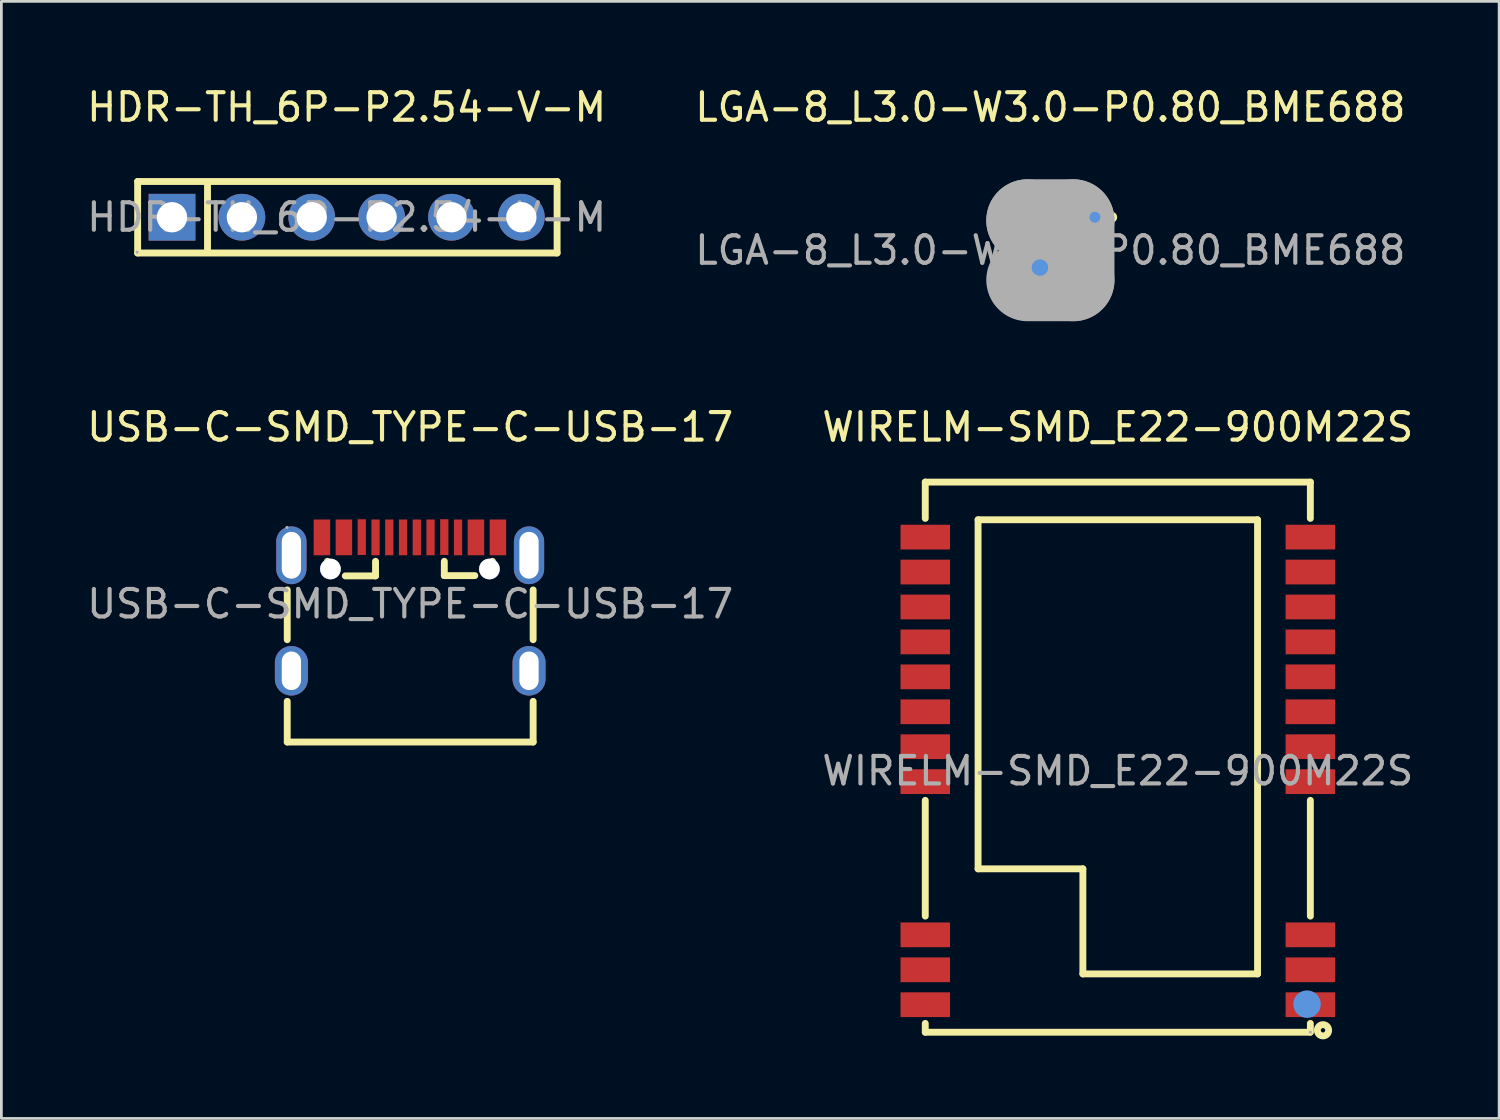
<source format=kicad_pcb>
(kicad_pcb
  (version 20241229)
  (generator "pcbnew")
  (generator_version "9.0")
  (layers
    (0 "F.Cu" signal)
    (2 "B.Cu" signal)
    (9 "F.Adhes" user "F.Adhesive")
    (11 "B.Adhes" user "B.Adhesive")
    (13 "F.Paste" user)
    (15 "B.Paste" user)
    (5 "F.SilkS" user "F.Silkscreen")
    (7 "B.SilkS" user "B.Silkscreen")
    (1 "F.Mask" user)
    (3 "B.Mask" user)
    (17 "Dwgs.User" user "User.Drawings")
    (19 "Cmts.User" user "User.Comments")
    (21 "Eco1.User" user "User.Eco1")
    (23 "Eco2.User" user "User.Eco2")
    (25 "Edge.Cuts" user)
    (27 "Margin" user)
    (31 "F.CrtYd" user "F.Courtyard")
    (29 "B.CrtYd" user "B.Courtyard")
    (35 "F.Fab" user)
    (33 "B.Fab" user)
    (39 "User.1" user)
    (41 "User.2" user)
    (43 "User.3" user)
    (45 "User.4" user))
  (footprint "WIRELM-SMD_E22-900M22S"
    (layer "F.Cu")
    (at 37.589 24.977)
    (property "Reference" "WIRELM-SMD_E22-900M22S" (at 0 -12.5 0) (layer "F.SilkS") (effects (font (size 1 1) (thickness 0.15))))
    (attr smd)
    (fp_line (start -7 -10.5) (end -7 -9.18) (stroke (width 0.25) (type solid)) (layer "F.SilkS"))
    (fp_line (start -7 -10.5) (end 7 -10.5) (stroke (width 0.25) (type solid)) (layer "F.SilkS"))
    (fp_line (start -7 1.07) (end -7 5.28) (stroke (width 0.25) (type solid)) (layer "F.SilkS"))
    (fp_line (start -7 9.18) (end -7 9.5) (stroke (width 0.25) (type solid)) (layer "F.SilkS"))
    (fp_line (start -7 9.5) (end 6.99 9.5) (stroke (width 0.25) (type solid)) (layer "F.SilkS"))
    (fp_line (start -5.08 -9.13) (end 5.08 -9.13) (stroke (width 0.25) (type solid)) (layer "F.SilkS"))
    (fp_line (start -5.08 3.56) (end -5.08 -9.13) (stroke (width 0.25) (type solid)) (layer "F.SilkS"))
    (fp_line (start -1.27 3.56) (end -5.08 3.56) (stroke (width 0.25) (type solid)) (layer "F.SilkS"))
    (fp_line (start -1.27 7.38) (end -1.27 3.56) (stroke (width 0.25) (type solid)) (layer "F.SilkS"))
    (fp_line (start 5.08 -9.13) (end 5.08 7.38) (stroke (width 0.25) (type solid)) (layer "F.SilkS"))
    (fp_line (start 5.08 7.38) (end -1.27 7.38) (stroke (width 0.25) (type solid)) (layer "F.SilkS"))
    (fp_line (start 7 -10.5) (end 7 -9.18) (stroke (width 0.25) (type solid)) (layer "F.SilkS"))
    (fp_line (start 7 1.07) (end 7 5.28) (stroke (width 0.25) (type solid)) (layer "F.SilkS"))
    (fp_line (start 7 9.18) (end 7 9.5) (stroke (width 0.25) (type solid)) (layer "F.SilkS"))
    (fp_circle (center 7.46 9.43) (end 7.54 9.43) (stroke (width 0.25) (type solid)) (fill no) (layer "F.SilkS"))
    (fp_circle (center 6.88 8.48) (end 7.13 8.48) (stroke (width 0.5) (type solid)) (fill no) (layer "Cmts.User"))
    (fp_circle (center 7 9.5) (end 7.03 9.5) (stroke (width 0.06) (type solid)) (fill no) (layer "F.Fab"))
    (fp_text user "${REFERENCE}" (at 0 0 0) (layer "F.Fab") (effects (font (size 1 1) (thickness 0.15))))
    (pad "1" smd rect (at 7 8.5) (size 1.8 0.9) (layers "F.Cu" "F.Mask" "F.Paste"))
    (pad "2" smd rect (at 7 7.23) (size 1.8 0.9) (layers "F.Cu" "F.Mask" "F.Paste"))
    (pad "3" smd rect (at 7 5.96) (size 1.8 0.9) (layers "F.Cu" "F.Mask" "F.Paste"))
    (pad "4" smd rect (at 7 0.39) (size 1.8 0.9) (layers "F.Cu" "F.Mask" "F.Paste"))
    (pad "5" smd rect (at 7 -0.88) (size 1.8 0.9) (layers "F.Cu" "F.Mask" "F.Paste"))
    (pad "6" smd rect (at 7 -2.15) (size 1.8 0.9) (layers "F.Cu" "F.Mask" "F.Paste"))
    (pad "7" smd rect (at 7 -3.42) (size 1.8 0.9) (layers "F.Cu" "F.Mask" "F.Paste"))
    (pad "8" smd rect (at 7 -4.69) (size 1.8 0.9) (layers "F.Cu" "F.Mask" "F.Paste"))
    (pad "9" smd rect (at 7 -5.96) (size 1.8 0.9) (layers "F.Cu" "F.Mask" "F.Paste"))
    (pad "10" smd rect (at 7 -7.23) (size 1.8 0.9) (layers "F.Cu" "F.Mask" "F.Paste"))
    (pad "11" smd rect (at 7 -8.5) (size 1.8 0.9) (layers "F.Cu" "F.Mask" "F.Paste"))
    (pad "12" smd rect (at -7 -8.5) (size 1.8 0.9) (layers "F.Cu" "F.Mask" "F.Paste"))
    (pad "13" smd rect (at -7 -7.23) (size 1.8 0.9) (layers "F.Cu" "F.Mask" "F.Paste"))
    (pad "14" smd rect (at -7 -5.96) (size 1.8 0.9) (layers "F.Cu" "F.Mask" "F.Paste"))
    (pad "15" smd rect (at -7 -4.69) (size 1.8 0.9) (layers "F.Cu" "F.Mask" "F.Paste"))
    (pad "16" smd rect (at -7 -3.42) (size 1.8 0.9) (layers "F.Cu" "F.Mask" "F.Paste"))
    (pad "17" smd rect (at -7 -2.15) (size 1.8 0.9) (layers "F.Cu" "F.Mask" "F.Paste"))
    (pad "18" smd rect (at -7 -0.88) (size 1.8 0.9) (layers "F.Cu" "F.Mask" "F.Paste"))
    (pad "19" smd rect (at -7 0.39) (size 1.8 0.9) (layers "F.Cu" "F.Mask" "F.Paste"))
    (pad "20" smd rect (at -7 5.96) (size 1.8 0.9) (layers "F.Cu" "F.Mask" "F.Paste"))
    (pad "21" smd rect (at -7 7.23) (size 1.8 0.9) (layers "F.Cu" "F.Mask" "F.Paste"))
    (pad "22" smd rect (at -7 8.5) (size 1.8 0.9) (layers "F.Cu" "F.Mask" "F.Paste")))
  (footprint "HDR-TH_6P-P2.54-V-M"
    (layer "F.Cu")
    (at 9.554 4.848)
    (property "Reference" "HDR-TH_6P-P2.54-V-M" (at 0 -4 0) (layer "F.SilkS") (effects (font (size 1 1) (thickness 0.15))))
    (attr through_hole)
    (fp_line (start -7.6 -1.3) (end 7.65 -1.3) (stroke (width 0.25) (type solid)) (layer "F.SilkS"))
    (fp_line (start -7.6 1.3) (end -7.6 -1.3) (stroke (width 0.25) (type solid)) (layer "F.SilkS"))
    (fp_line (start -5.06 -1.27) (end -5.06 1.27) (stroke (width 0.25) (type solid)) (layer "F.SilkS"))
    (fp_line (start 7.65 -1.3) (end 7.65 1.3) (stroke (width 0.25) (type solid)) (layer "F.SilkS"))
    (fp_line (start 7.65 1.3) (end -7.6 1.3) (stroke (width 0.25) (type solid)) (layer "F.SilkS"))
    (fp_circle (center -7.62 1.27) (end -7.59 1.27) (stroke (width 0.06) (type solid)) (fill no) (layer "F.Fab"))
    (fp_text user "${REFERENCE}" (at 0 0 0) (layer "F.Fab") (effects (font (size 1 1) (thickness 0.15))))
    (pad "1" thru_hole rect (at -6.35 0) (size 1.7 1.7) (drill 1.1) (layers "*.Cu" "*.Mask"))
    (pad "2" thru_hole circle (at -3.81 0) (size 1.7 1.7) (drill 1.1) (layers "*.Cu" "*.Mask"))
    (pad "3" thru_hole circle (at -1.27 0) (size 1.7 1.7) (drill 1.1) (layers "*.Cu" "*.Mask"))
    (pad "4" thru_hole circle (at 1.27 0) (size 1.7 1.7) (drill 1.1) (layers "*.Cu" "*.Mask"))
    (pad "5" thru_hole circle (at 3.81 0) (size 1.7 1.7) (drill 1.1) (layers "*.Cu" "*.Mask"))
    (pad "6" thru_hole circle (at 6.35 0) (size 1.7 1.7) (drill 1.1) (layers "*.Cu" "*.Mask")))
  (footprint "USB-C-SMD_TYPE-C-USB-17"
    (layer "F.Cu")
    (at 11.863 18.907)
    (property "Reference" "USB-C-SMD_TYPE-C-USB-17" (at 0 -6.43 0) (layer "F.SilkS") (effects (font (size 1 1) (thickness 0.15))))
    (attr smd)
    (fp_line (start -4.47 1.3) (end -4.47 -0.51) (stroke (width 0.25) (type solid)) (layer "F.SilkS"))
    (fp_line (start -4.47 5.02) (end -4.47 3.54) (stroke (width 0.25) (type solid)) (layer "F.SilkS"))
    (fp_line (start -3.01 -1.39) (end -3.01 -1.55) (stroke (width 0.25) (type solid)) (layer "F.SilkS"))
    (fp_line (start -2.36 -1.02) (end -1.26 -1.02) (stroke (width 0.25) (type solid)) (layer "F.SilkS"))
    (fp_line (start -1.26 -1.02) (end -1.26 -1.55) (stroke (width 0.25) (type solid)) (layer "F.SilkS"))
    (fp_line (start 1.24 -1.03) (end 1.24 -1.55) (stroke (width 0.25) (type solid)) (layer "F.SilkS"))
    (fp_line (start 1.24 -1.03) (end 2.35 -1.03) (stroke (width 0.25) (type solid)) (layer "F.SilkS"))
    (fp_line (start 2.99 -1.39) (end 2.99 -1.55) (stroke (width 0.25) (type solid)) (layer "F.SilkS"))
    (fp_line (start 4.47 1.3) (end 4.47 -0.51) (stroke (width 0.25) (type solid)) (layer "F.SilkS"))
    (fp_line (start 4.47 5.02) (end -4.47 5.02) (stroke (width 0.25) (type solid)) (layer "F.SilkS"))
    (fp_line (start 4.47 5.02) (end 4.47 3.54) (stroke (width 0.25) (type solid)) (layer "F.SilkS"))
    (fp_circle (center -2.9 -1.27) (end -2.78 -1.27) (stroke (width 0.25) (type solid)) (fill no) (layer "Cmts.User"))
    (fp_circle (center 2.88 -1.27) (end 3 -1.27) (stroke (width 0.25) (type solid)) (fill no) (layer "Cmts.User"))
    (fp_circle (center -4.48 -2.78) (end -4.45 -2.78) (stroke (width 0.06) (type solid)) (fill no) (layer "F.Fab"))
    (fp_text user "${REFERENCE}" (at 0 0 0) (layer "F.Fab") (effects (font (size 1 1) (thickness 0.15))))
    (pad "" thru_hole circle (at -2.9 -1.27) (size 0.75 0.75) (drill 0.75) (layers "*.Cu" "*.Mask"))
    (pad "" thru_hole circle (at 2.88 -1.27) (size 0.75 0.75) (drill 0.75) (layers "*.Cu" "*.Mask"))
    (pad "0" thru_hole oval (at -4.32 -1.77) (size 1.1 2.1) (drill oval 0.7 1.7) (layers "*.Cu" "*.Mask"))
    (pad "0" thru_hole oval (at -4.32 2.43) (size 1.2 1.8) (drill oval 0.7 1.4) (layers "*.Cu" "*.Mask"))
    (pad "0" thru_hole oval (at 4.32 -1.77) (size 1.1 2.1) (drill oval 0.7 1.7) (layers "*.Cu" "*.Mask"))
    (pad "0" thru_hole oval (at 4.32 2.43) (size 1.2 1.8) (drill oval 0.7 1.4) (layers "*.Cu" "*.Mask"))
    (pad "A1" smd rect (at -3.21 -2.42) (size 0.6 1.3) (layers "F.Cu" "F.Mask" "F.Paste"))
    (pad "A4" smd rect (at -2.41 -2.42) (size 0.6 1.3) (layers "F.Cu" "F.Mask" "F.Paste"))
    (pad "A5" smd rect (at -1.26 -2.42) (size 0.3 1.3) (layers "F.Cu" "F.Mask" "F.Paste"))
    (pad "A6" smd rect (at -0.26 -2.42) (size 0.3 1.3) (layers "F.Cu" "F.Mask" "F.Paste"))
    (pad "A7" smd rect (at 0.24 -2.42) (size 0.3 1.3) (layers "F.Cu" "F.Mask" "F.Paste"))
    (pad "A8" smd rect (at 1.24 -2.43) (size 0.3 1.3) (layers "F.Cu" "F.Mask" "F.Paste"))
    (pad "A9" smd rect (at 2.39 -2.42) (size 0.6 1.3) (layers "F.Cu" "F.Mask" "F.Paste"))
    (pad "A12" smd rect (at 3.19 -2.42) (size 0.6 1.3) (layers "F.Cu" "F.Mask" "F.Paste"))
    (pad "B5" smd rect (at 1.74 -2.42) (size 0.3 1.3) (layers "F.Cu" "F.Mask" "F.Paste"))
    (pad "B6" smd rect (at 0.74 -2.42) (size 0.3 1.3) (layers "F.Cu" "F.Mask" "F.Paste"))
    (pad "B7" smd rect (at -0.76 -2.42) (size 0.3 1.3) (layers "F.Cu" "F.Mask" "F.Paste"))
    (pad "B8" smd rect (at -1.76 -2.43) (size 0.3 1.3) (layers "F.Cu" "F.Mask" "F.Paste")))
  (footprint "LGA-8_L3.0-W3.0-P0.80_BME688"
    (layer "F.Cu")
    (at 35.137 6.048)
    (property "Reference" "LGA-8_L3.0-W3.0-P0.80_BME688" (at 0 -5.2 0) (layer "F.SilkS") (effects (font (size 1 1) (thickness 0.15))))
    (attr smd)
    (fp_line (start -1.58 -1.57) (end 1.58 -1.57) (stroke (width 0.15) (type solid)) (layer "F.SilkS"))
    (fp_line (start -1.58 1.58) (end 1.58 1.58) (stroke (width 0.15) (type solid)) (layer "F.SilkS"))
    (fp_circle (center -0.38 0.63) (end -0.13 0.63) (stroke (width 0.15) (type solid)) (fill no) (layer "F.SilkS"))
    (fp_circle (center 2.23 -1.2) (end 2.33 -1.2) (stroke (width 0.2) (type solid)) (fill no) (layer "F.SilkS"))
    (fp_circle (center -0.38 0.63) (end -0.23 0.63) (stroke (width 0.3) (type solid)) (fill no) (layer "Cmts.User"))
    (fp_circle (center 1.62 -1.2) (end 1.72 -1.2) (stroke (width 0.2) (type solid)) (fill no) (layer "Cmts.User"))
    (fp_line (start -0.83 -1.08) (end -0.83 -1.08) (stroke (width 3) (type solid)) (layer "F.Fab"))
    (fp_line (start -0.83 -1.08) (end 0.83 -1.08) (stroke (width 3) (type solid)) (layer "F.Fab"))
    (fp_line (start 0.83 -1.08) (end 0.83 1.08) (stroke (width 3) (type solid)) (layer "F.Fab"))
    (fp_line (start 0.83 1.08) (end -0.83 1.08) (stroke (width 3) (type solid)) (layer "F.Fab"))
    (fp_circle (center -1.5 -1.5) (end -1.47 -1.5) (stroke (width 0.06) (type solid)) (fill no) (layer "F.Fab"))
    (fp_text user "${REFERENCE}" (at 0 0 0) (layer "F.Fab") (effects (font (size 1 1) (thickness 0.15))))
    (pad "1" smd rect (at 1.42 -1.2 270) (size 0.45 0.89) (layers "F.Cu" "F.Mask" "F.Paste"))
    (pad "2" smd rect (at 1.42 -0.4 270) (size 0.45 0.89) (layers "F.Cu" "F.Mask" "F.Paste"))
    (pad "3" smd rect (at 1.42 0.4 270) (size 0.45 0.89) (layers "F.Cu" "F.Mask" "F.Paste"))
    (pad "4" smd rect (at 1.42 1.2 270) (size 0.45 0.89) (layers "F.Cu" "F.Mask" "F.Paste"))
    (pad "5" smd rect (at -1.42 1.2 270) (size 0.45 0.89) (layers "F.Cu" "F.Mask" "F.Paste"))
    (pad "6" smd rect (at -1.42 0.4 270) (size 0.45 0.89) (layers "F.Cu" "F.Mask" "F.Paste"))
    (pad "7" smd rect (at -1.42 -0.4 270) (size 0.45 0.89) (layers "F.Cu" "F.Mask" "F.Paste"))
    (pad "8" smd rect (at -1.42 -1.2 270) (size 0.45 0.89) (layers "F.Cu" "F.Mask" "F.Paste")))
  (gr_rect
    (start -3 -3)
    (end 51.452 37.611)
    (stroke (width 0.1) (type default))
    (fill no)
    (layer "Edge.Cuts")))
</source>
